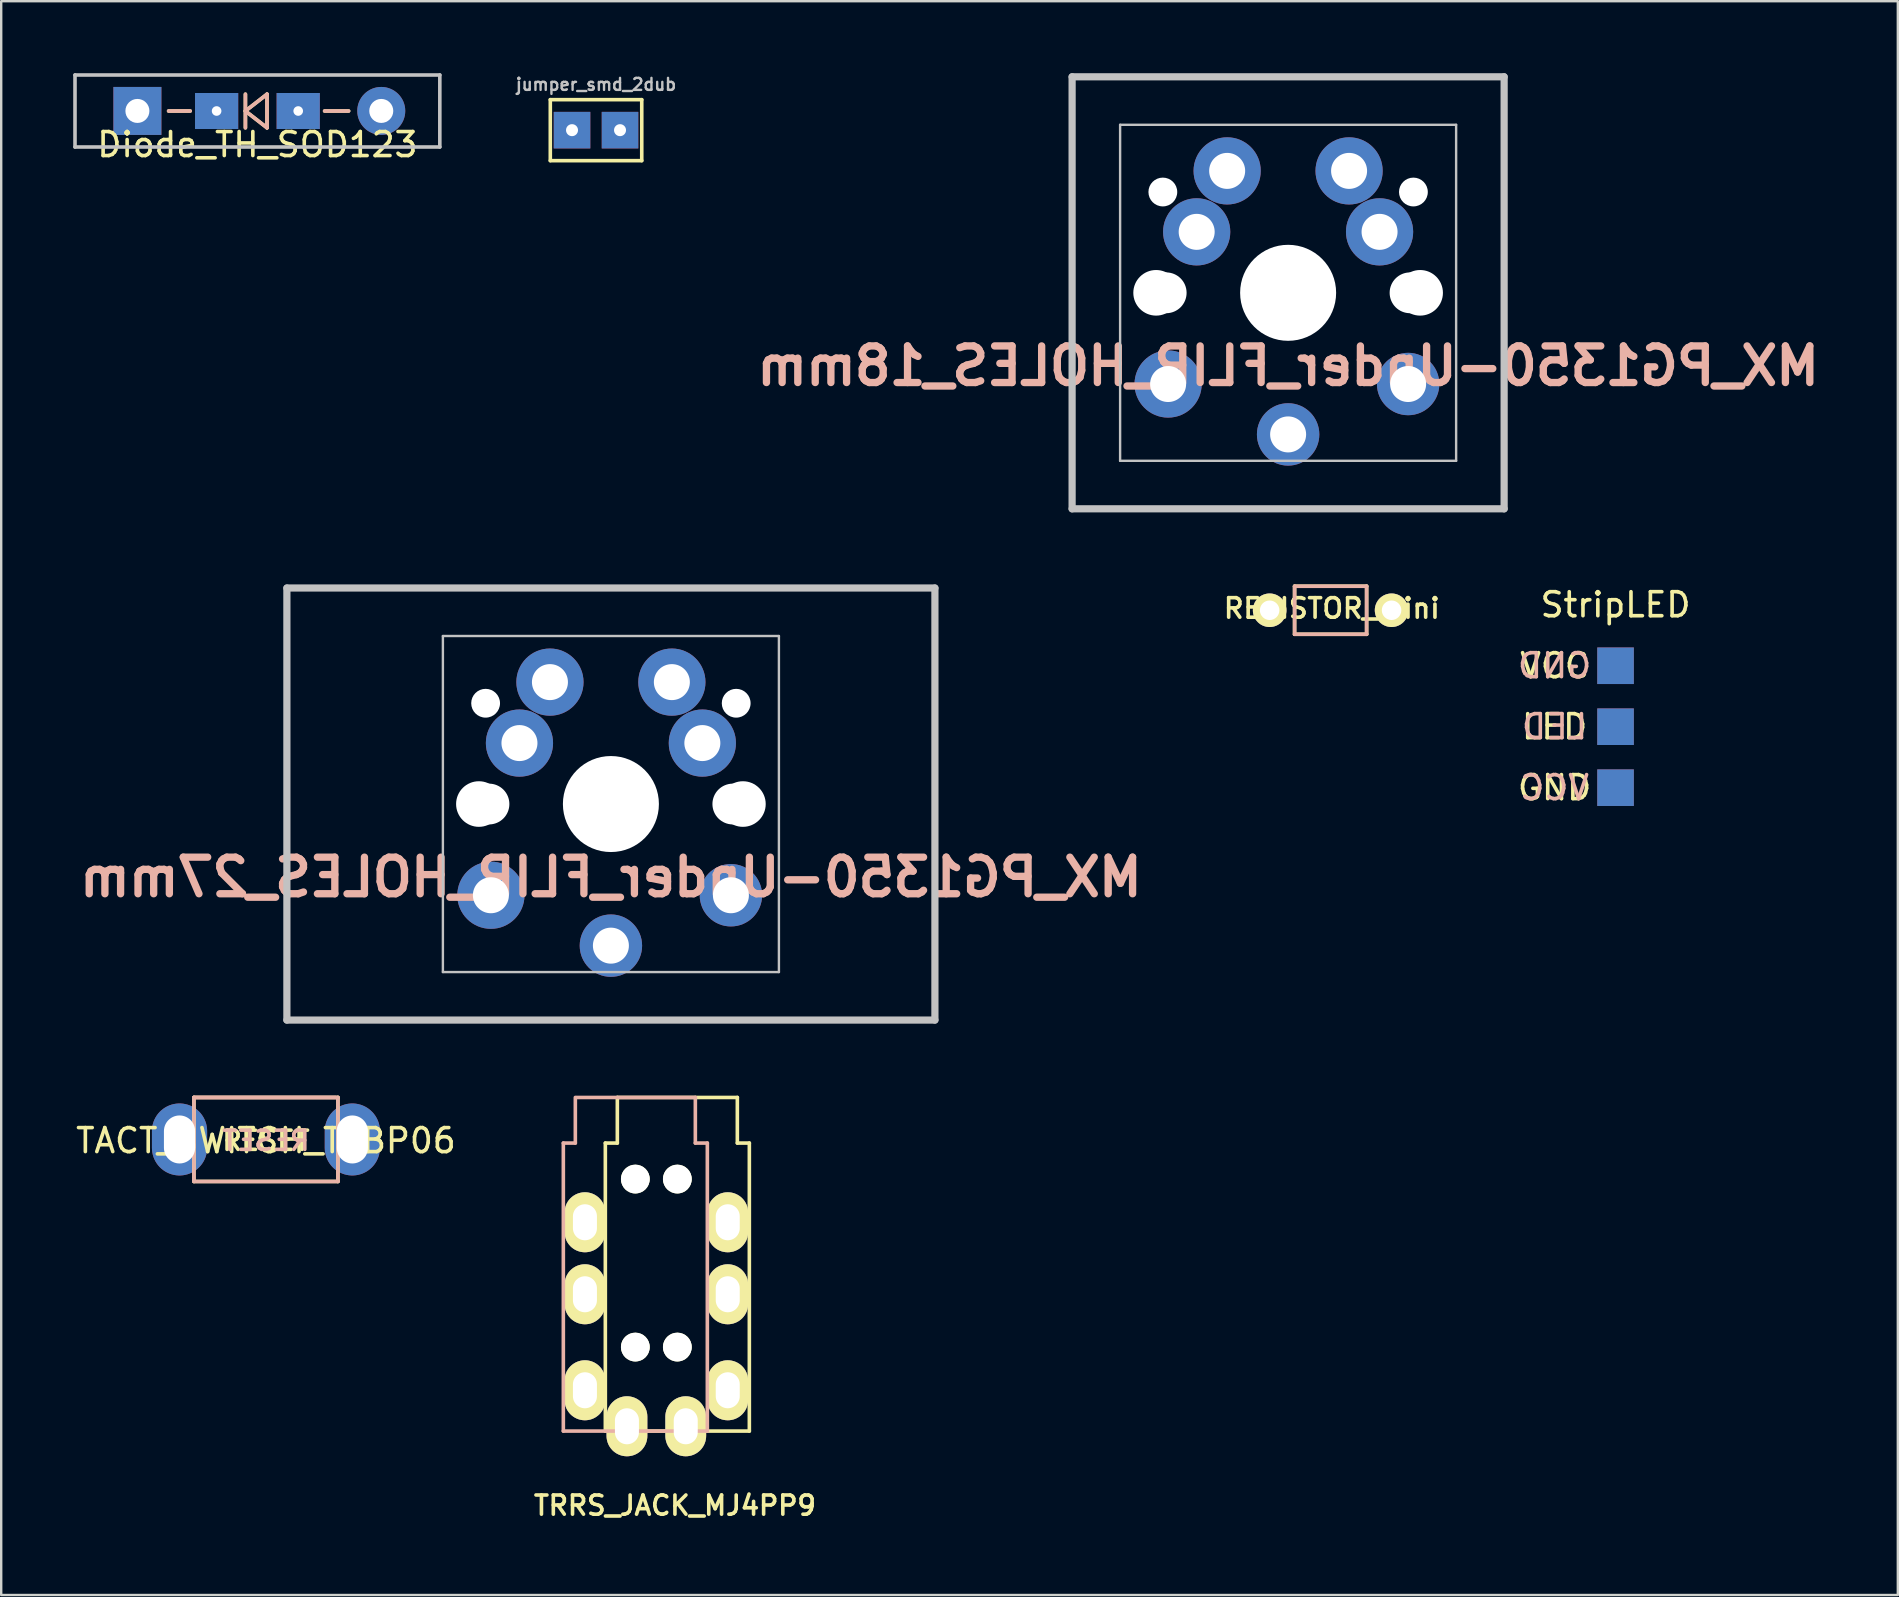
<source format=kicad_pcb>
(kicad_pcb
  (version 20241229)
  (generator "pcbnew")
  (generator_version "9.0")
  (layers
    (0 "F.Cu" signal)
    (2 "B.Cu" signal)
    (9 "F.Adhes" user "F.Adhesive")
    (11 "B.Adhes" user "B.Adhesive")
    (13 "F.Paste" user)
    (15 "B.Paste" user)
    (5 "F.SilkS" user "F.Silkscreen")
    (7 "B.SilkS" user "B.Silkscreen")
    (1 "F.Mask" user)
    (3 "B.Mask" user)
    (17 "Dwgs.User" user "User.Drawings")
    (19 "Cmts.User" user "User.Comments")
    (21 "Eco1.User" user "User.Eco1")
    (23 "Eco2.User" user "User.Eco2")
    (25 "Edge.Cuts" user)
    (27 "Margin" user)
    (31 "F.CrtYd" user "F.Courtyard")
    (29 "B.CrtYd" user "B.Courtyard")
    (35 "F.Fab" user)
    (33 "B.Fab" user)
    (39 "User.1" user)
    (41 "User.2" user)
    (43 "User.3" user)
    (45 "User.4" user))
  (footprint "MX_PG1350-Under_FLIP_HOLES_18mm"
    (layer "F.Cu")
    (at 50.619 9.15)
    (property "Reference" "MX_PG1350-Under_FLIP_HOLES_18mm" (at 0 3.048 0) (layer "B.SilkS") (effects (font (size 1.524 1.524) (thickness 0.305)) (justify mirror)))
    (attr through_hole)
    (fp_line (start -9 -9) (end 9 -9) (stroke (width 0.3) (type solid)) (layer "Dwgs.User"))
    (fp_line (start -9 9) (end -9 -9) (stroke (width 0.3) (type solid)) (layer "Dwgs.User"))
    (fp_line (start -7 -7) (end 7 -7) (stroke (width 0.1) (type solid)) (layer "Dwgs.User"))
    (fp_line (start -7 7) (end -7 -7) (stroke (width 0.1) (type solid)) (layer "Dwgs.User"))
    (fp_line (start 7 -7) (end 7 7) (stroke (width 0.1) (type solid)) (layer "Dwgs.User"))
    (fp_line (start 7 7) (end -7 7) (stroke (width 0.1) (type solid)) (layer "Dwgs.User"))
    (fp_line (start 9 -9) (end 9 9) (stroke (width 0.3) (type solid)) (layer "Dwgs.User"))
    (fp_line (start 9 9) (end -9 9) (stroke (width 0.3) (type solid)) (layer "Dwgs.User"))
    (pad "" np_thru_hole circle (at -5.5 0) (size 1.9 1.9) (drill 1.9) (layers "*.Cu" "*.Mask"))
    (pad "" np_thru_hole circle (at -5.22 -4.2) (size 1.2 1.2) (drill 1.2) (layers "*.Cu" "*.Mask"))
    (pad "" np_thru_hole circle (at -5.08 0) (size 1.7 1.7) (drill 1.7) (layers "*.Cu" "*.Mask"))
    (pad "" np_thru_hole circle (at 0 0) (size 4 4) (drill 4) (layers "*.Cu" "*.Mask"))
    (pad "" np_thru_hole circle (at 5.08 0) (size 1.7 1.7) (drill 1.7) (layers "*.Cu" "*.Mask"))
    (pad "" np_thru_hole circle (at 5.22 -4.2) (size 1.2 1.2) (drill 1.2) (layers "*.Cu" "*.Mask"))
    (pad "" np_thru_hole circle (at 5.5 0) (size 1.9 1.9) (drill 1.9) (layers "*.Cu" "*.Mask"))
    (pad "1" thru_hole circle (at -3.81 -2.54) (size 2.8 2.8) (drill 1.5) (layers "*.Cu" "*.Mask"))
    (pad "1" thru_hole circle (at -2.54 -5.08) (size 2.8 2.8) (drill 1.5) (layers "*.Cu" "*.Mask"))
    (pad "1" thru_hole circle (at 0 5.9) (size 2.6 2.6) (drill 1.5) (layers "*.Cu" "*.Mask"))
    (pad "2" thru_hole circle (at -5 3.8) (size 2.8 2.8) (drill 1.5) (layers "*.Cu" "*.Mask"))
    (pad "2" thru_hole circle (at 2.54 -5.08) (size 2.8 2.8) (drill 1.5) (layers "*.Cu" "*.Mask"))
    (pad "2" thru_hole circle (at 3.81 -2.54) (size 2.8 2.8) (drill 1.5) (layers "*.Cu" "*.Mask"))
    (pad "2" thru_hole circle (at 5 3.8) (size 2.6 2.6) (drill 1.5) (layers "*.Cu" "*.Mask")))
  (footprint "TRRS_JACK_MJ4PP9"
    (layer "F.Cu")
    (at 25.171 44.575)
    (property "Reference" "TRRS_JACK_MJ4PP9" (at -0.1 15.1 0) (layer "F.SilkS") (effects (font (size 0.8 0.8) (thickness 0.15))))
    (attr through_hole)
    (fp_line (start -3 0) (end -2.5 0) (stroke (width 0.15) (type solid)) (layer "F.SilkS"))
    (fp_line (start -3 12) (end -3 0) (stroke (width 0.15) (type solid)) (layer "F.SilkS"))
    (fp_line (start -2.5 -1.9) (end 2.5 -1.9) (stroke (width 0.15) (type solid)) (layer "F.SilkS"))
    (fp_line (start -2.5 0) (end -2.5 -1.9) (stroke (width 0.15) (type solid)) (layer "F.SilkS"))
    (fp_line (start 2.5 0) (end 2.5 -1.9) (stroke (width 0.15) (type solid)) (layer "F.SilkS"))
    (fp_line (start 3 0) (end 2.5 0) (stroke (width 0.15) (type solid)) (layer "F.SilkS"))
    (fp_line (start 3 0) (end 3 12) (stroke (width 0.15) (type solid)) (layer "F.SilkS"))
    (fp_line (start 3 12) (end -3 12) (stroke (width 0.15) (type solid)) (layer "F.SilkS"))
    (fp_line (start -4.75 0) (end -4.25 0) (stroke (width 0.15) (type solid)) (layer "B.SilkS"))
    (fp_line (start -4.75 12) (end -4.75 0) (stroke (width 0.15) (type solid)) (layer "B.SilkS"))
    (fp_line (start -4.25 0) (end -4.25 -1.9) (stroke (width 0.15) (type solid)) (layer "B.SilkS"))
    (fp_line (start -4.2 -1.9) (end 0.75 -1.9) (stroke (width 0.15) (type solid)) (layer "B.SilkS"))
    (fp_line (start 0.75 0) (end 0.75 -1.9) (stroke (width 0.15) (type solid)) (layer "B.SilkS"))
    (fp_line (start 1.25 0) (end 0.75 0) (stroke (width 0.15) (type solid)) (layer "B.SilkS"))
    (fp_line (start 1.25 0) (end 1.25 12) (stroke (width 0.15) (type solid)) (layer "B.SilkS"))
    (fp_line (start 1.25 12) (end -4.75 12) (stroke (width 0.15) (type solid)) (layer "B.SilkS"))
    (pad "" np_thru_hole circle (at -1.75 1.5) (size 1.2 1.2) (drill 1.2) (layers "*.Cu" "*.Mask" "F.SilkS"))
    (pad "" np_thru_hole circle (at -1.75 8.5) (size 1.2 1.2) (drill 1.2) (layers "*.Cu" "*.Mask" "F.SilkS"))
    (pad "" np_thru_hole circle (at 0 1.5) (size 1.2 1.2) (drill 1.2) (layers "*.Cu" "*.Mask" "F.SilkS"))
    (pad "" np_thru_hole circle (at 0 8.5) (size 1.2 1.2) (drill 1.2) (layers "*.Cu" "*.Mask" "F.SilkS"))
    (pad "1" thru_hole oval (at -3.85 10.3) (size 1.7 2.5) (drill oval 1 1.5) (layers "*.Cu" "*.Mask" "F.SilkS"))
    (pad "1" thru_hole oval (at 2.1 10.3) (size 1.7 2.5) (drill oval 1 1.5) (layers "*.Cu" "*.Mask" "F.SilkS"))
    (pad "2" thru_hole oval (at -3.85 3.3) (size 1.7 2.5) (drill oval 1 1.5) (layers "*.Cu" "*.Mask" "F.SilkS"))
    (pad "2" thru_hole oval (at 2.1 3.3) (size 1.7 2.5) (drill oval 1 1.5) (layers "*.Cu" "*.Mask" "F.SilkS"))
    (pad "3" thru_hole oval (at -3.85 6.3) (size 1.7 2.5) (drill oval 1 1.5) (layers "*.Cu" "*.Mask" "F.SilkS"))
    (pad "3" thru_hole oval (at 2.1 6.3) (size 1.7 2.5) (drill oval 1 1.5) (layers "*.Cu" "*.Mask" "F.SilkS"))
    (pad "4" thru_hole oval (at -2.1 11.8) (size 1.7 2.5) (drill oval 1 1.5) (layers "*.Cu" "*.Mask" "F.SilkS"))
    (pad "4" thru_hole oval (at 0.35 11.8) (size 1.7 2.5) (drill oval 1 1.5) (layers "*.Cu" "*.Mask" "F.SilkS")))
  (footprint "jumper_smd_2dub"
    (placed yes)
    (layer "F.Cu")
    (at 21.783 2.373)
    (property "Reference" "jumper_smd_2dub" (at 0 -1.905 0) (layer "Dwgs.User") (effects (font (size 0.5 0.5) (thickness 0.1))))
    (attr through_hole)
    (fp_line (start -1.905 -1.27) (end -1.905 1.27) (stroke (width 0.15) (type solid)) (layer "F.SilkS"))
    (fp_line (start -1.905 1.27) (end 1.905 1.27) (stroke (width 0.15) (type solid)) (layer "F.SilkS"))
    (fp_line (start 1.905 -1.27) (end -1.905 -1.27) (stroke (width 0.15) (type solid)) (layer "F.SilkS"))
    (fp_line (start 1.905 1.27) (end 1.905 -1.27) (stroke (width 0.15) (type solid)) (layer "F.SilkS"))
    (pad "1" thru_hole rect (at -1 0) (size 1.524 1.524) (drill 0.5) (layers "*.Cu" "*.Mask"))
    (pad "2" thru_hole rect (at 1 0) (size 1.524 1.524) (drill 0.5) (layers "*.Cu" "*.Mask")))
  (footprint "Diode_TH_SOD123"
    (placed yes)
    (layer "F.Cu")
    (at 7.675 1.575)
    (property "Reference" "Diode_TH_SOD123" (at 0 1.4 0) (layer "F.SilkS") (effects (font (size 1 1) (thickness 0.15))))
    (attr through_hole)
    (fp_line (start -3.7 0) (end -2.8 0) (stroke (width 0.15) (type solid)) (layer "F.SilkS"))
    (fp_line (start -0.5 -0.7) (end -0.5 0.7) (stroke (width 0.15) (type solid)) (layer "F.SilkS"))
    (fp_line (start -0.5 0) (end 0.4 -0.7) (stroke (width 0.15) (type solid)) (layer "F.SilkS"))
    (fp_line (start 0.4 -0.7) (end 0.4 0.7) (stroke (width 0.15) (type solid)) (layer "F.SilkS"))
    (fp_line (start 0.4 0.7) (end -0.5 0) (stroke (width 0.15) (type solid)) (layer "F.SilkS"))
    (fp_line (start 2.8 0) (end 3.8 0) (stroke (width 0.15) (type solid)) (layer "F.SilkS"))
    (fp_line (start -2.8 0) (end -3.7 0) (stroke (width 0.15) (type solid)) (layer "B.SilkS"))
    (fp_line (start -0.5 -0.7) (end -0.5 0.7) (stroke (width 0.15) (type solid)) (layer "B.SilkS"))
    (fp_line (start -0.5 0) (end 0.4 -0.7) (stroke (width 0.15) (type solid)) (layer "B.SilkS"))
    (fp_line (start 0.4 -0.7) (end 0.4 0.7) (stroke (width 0.15) (type solid)) (layer "B.SilkS"))
    (fp_line (start 0.4 0.7) (end -0.5 0) (stroke (width 0.15) (type solid)) (layer "B.SilkS"))
    (fp_line (start 2.8 0) (end 3.8 0) (stroke (width 0.15) (type solid)) (layer "B.SilkS"))
    (fp_line (start -7.6 -1.5) (end -7.6 1.5) (stroke (width 0.15) (type solid)) (layer "Dwgs.User"))
    (fp_line (start -7.6 -1.5) (end 7.6 -1.5) (stroke (width 0.15) (type solid)) (layer "Dwgs.User"))
    (fp_line (start -7.6 1.5) (end 7.6 1.5) (stroke (width 0.15) (type solid)) (layer "Dwgs.User"))
    (fp_line (start 7.6 -1.5) (end 7.6 1.5) (stroke (width 0.15) (type solid)) (layer "Dwgs.User"))
    (pad "1" thru_hole rect (at -5 -0.003 180) (size 1.999 1.999) (drill 1) (layers "*.Cu" "*.Mask"))
    (pad "1" thru_hole rect (at -1.7 0) (size 1.8 1.5) (drill 0.4) (layers "*.Cu" "*.Mask"))
    (pad "2" thru_hole rect (at 1.7 0) (size 1.8 1.5) (drill 0.4) (layers "*.Cu" "*.Mask"))
    (pad "2" thru_hole circle (at 5.16 -0.003 180) (size 1.999 1.999) (drill 1) (layers "*.Cu" "*.Mask")))
  (footprint "RESISTOR_mini"
    (layer "F.Cu")
    (at 52.389 22.376)
    (property "Reference" "RESISTOR_mini" (at 0.05 -0.08 0) (layer "F.SilkS") (effects (font (size 0.813 0.813) (thickness 0.15))))
    (attr through_hole)
    (fp_line (start -1.501 -1.001) (end -1.501 1.001) (stroke (width 0.15) (type solid)) (layer "F.SilkS"))
    (fp_line (start -1.501 1.001) (end 1.501 1.001) (stroke (width 0.15) (type solid)) (layer "F.SilkS"))
    (fp_line (start 1.501 -1.001) (end -1.501 -1.001) (stroke (width 0.15) (type solid)) (layer "F.SilkS"))
    (fp_line (start 1.501 1.001) (end 1.501 -1.001) (stroke (width 0.15) (type solid)) (layer "F.SilkS"))
    (fp_line (start -1.5 -1) (end 1.5 -1) (stroke (width 0.15) (type solid)) (layer "B.SilkS"))
    (fp_line (start -1.5 1) (end -1.5 -1) (stroke (width 0.15) (type solid)) (layer "B.SilkS"))
    (fp_line (start 1.5 -1) (end 1.5 1) (stroke (width 0.15) (type solid)) (layer "B.SilkS"))
    (fp_line (start 1.5 1) (end -1.5 1) (stroke (width 0.15) (type solid)) (layer "B.SilkS"))
    (pad "1" thru_hole circle (at -2.54 0) (size 1.397 1.397) (drill 0.813) (layers "*.Cu" "*.Mask" "F.SilkS"))
    (pad "2" thru_hole circle (at 2.54 0) (size 1.397 1.397) (drill 0.813) (layers "*.Cu" "*.Mask" "F.SilkS")))
  (footprint "MX_PG1350-Under_FLIP_HOLES_27mm"
    (layer "F.Cu")
    (at 22.403 30.45)
    (property "Reference" "MX_PG1350-Under_FLIP_HOLES_27mm" (at 0 3.048 0) (layer "B.SilkS") (effects (font (size 1.524 1.524) (thickness 0.305)) (justify mirror)))
    (attr through_hole)
    (fp_line (start -13.5 -9) (end 13.5 -9) (stroke (width 0.3) (type solid)) (layer "Dwgs.User"))
    (fp_line (start -13.5 9) (end -13.5 -9) (stroke (width 0.3) (type solid)) (layer "Dwgs.User"))
    (fp_line (start -7 -7) (end 7 -7) (stroke (width 0.1) (type solid)) (layer "Dwgs.User"))
    (fp_line (start -7 7) (end -7 -7) (stroke (width 0.1) (type solid)) (layer "Dwgs.User"))
    (fp_line (start 7 -7) (end 7 7) (stroke (width 0.1) (type solid)) (layer "Dwgs.User"))
    (fp_line (start 7 7) (end -7 7) (stroke (width 0.1) (type solid)) (layer "Dwgs.User"))
    (fp_line (start 13.5 -9) (end 13.5 9) (stroke (width 0.3) (type solid)) (layer "Dwgs.User"))
    (fp_line (start 13.5 9) (end -13.5 9) (stroke (width 0.3) (type solid)) (layer "Dwgs.User"))
    (pad "" np_thru_hole circle (at -5.5 0) (size 1.9 1.9) (drill 1.9) (layers "*.Cu" "*.Mask"))
    (pad "" np_thru_hole circle (at -5.22 -4.2) (size 1.2 1.2) (drill 1.2) (layers "*.Cu" "*.Mask"))
    (pad "" np_thru_hole circle (at -5.08 0) (size 1.7 1.7) (drill 1.7) (layers "*.Cu" "*.Mask"))
    (pad "" np_thru_hole circle (at 0 0) (size 4 4) (drill 4) (layers "*.Cu" "*.Mask"))
    (pad "" np_thru_hole circle (at 5.08 0) (size 1.7 1.7) (drill 1.7) (layers "*.Cu" "*.Mask"))
    (pad "" np_thru_hole circle (at 5.22 -4.2) (size 1.2 1.2) (drill 1.2) (layers "*.Cu" "*.Mask"))
    (pad "" np_thru_hole circle (at 5.5 0) (size 1.9 1.9) (drill 1.9) (layers "*.Cu" "*.Mask"))
    (pad "1" thru_hole circle (at -3.81 -2.54) (size 2.8 2.8) (drill 1.5) (layers "*.Cu" "*.Mask"))
    (pad "1" thru_hole circle (at -2.54 -5.08) (size 2.8 2.8) (drill 1.5) (layers "*.Cu" "*.Mask"))
    (pad "1" thru_hole circle (at 0 5.9) (size 2.6 2.6) (drill 1.5) (layers "*.Cu" "*.Mask"))
    (pad "2" thru_hole circle (at -5 3.8) (size 2.8 2.8) (drill 1.5) (layers "*.Cu" "*.Mask"))
    (pad "2" thru_hole circle (at 2.54 -5.08) (size 2.8 2.8) (drill 1.5) (layers "*.Cu" "*.Mask"))
    (pad "2" thru_hole circle (at 3.81 -2.54) (size 2.8 2.8) (drill 1.5) (layers "*.Cu" "*.Mask"))
    (pad "2" thru_hole circle (at 5 3.8) (size 2.6 2.6) (drill 1.5) (layers "*.Cu" "*.Mask")))
  (footprint "StripLED"
    (layer "F.Cu")
    (at 64.261 24.688)
    (property "Reference" "StripLED" (at 0 -2.54 0) (layer "F.SilkS") (effects (font (size 1 1) (thickness 0.15))))
    (attr through_hole)
    (fp_text user "LED" (at -2.54 2.54 0) (layer "F.SilkS") (effects (font (size 1 1) (thickness 0.15))))
    (fp_text user "VCC" (at -2.54 0 0) (layer "F.SilkS") (effects (font (size 1 1) (thickness 0.15))))
    (fp_text user "GND" (at -2.54 5.08 0) (layer "F.SilkS") (effects (font (size 1 1) (thickness 0.15))))
    (fp_text user "GND" (at -2.54 0 0) (layer "B.SilkS") (effects (font (size 1 1) (thickness 0.15)) (justify mirror)))
    (fp_text user "LED" (at -2.54 2.54 0) (layer "B.SilkS") (effects (font (size 1 1) (thickness 0.15)) (justify mirror)))
    (fp_text user "VCC" (at -2.54 5.08 0) (layer "B.SilkS") (effects (font (size 1 1) (thickness 0.15)) (justify mirror)))
    (pad "1" smd rect (at 0 0) (size 1.524 1.524) (layers "F.Cu" "F.Mask" "F.Paste"))
    (pad "1" smd rect (at 0 5.08) (size 1.524 1.524) (layers "B.Cu" "B.Mask" "B.Paste"))
    (pad "2" smd rect (at 0 2.54) (size 1.524 1.524) (layers "F.Cu" "F.Mask" "F.Paste"))
    (pad "2" smd rect (at 0 2.54) (size 1.524 1.524) (layers "B.Cu" "B.Mask" "B.Paste"))
    (pad "3" smd rect (at 0 0) (size 1.524 1.524) (layers "B.Cu" "B.Mask" "B.Paste"))
    (pad "3" smd rect (at 0 5.08) (size 1.524 1.524) (layers "F.Cu" "F.Mask" "F.Paste")))
  (footprint "TACT_SWITCH_TVBP06"
    (layer "F.Cu")
    (at 8.03 46.175)
    (property "Reference" "TACT_SWITCH_TVBP06" (at 0 -1.7 0) (layer "F.SilkS") (effects (font (size 1 1) (thickness 0.15))))
    (attr through_hole)
    (fp_line (start -3 -3.5) (end -3 0) (stroke (width 0.15) (type solid)) (layer "F.SilkS"))
    (fp_line (start -3 0) (end 3 0) (stroke (width 0.15) (type solid)) (layer "F.SilkS"))
    (fp_line (start 3 -3.5) (end -3 -3.5) (stroke (width 0.15) (type solid)) (layer "F.SilkS"))
    (fp_line (start 3 0) (end 3 -3.5) (stroke (width 0.15) (type solid)) (layer "F.SilkS"))
    (fp_line (start -3 -3.5) (end 2.9 -3.5) (stroke (width 0.15) (type solid)) (layer "B.SilkS"))
    (fp_line (start -3 -3.5) (end 3 -3.5) (stroke (width 0.15) (type solid)) (layer "B.SilkS"))
    (fp_line (start -3 0) (end -3 -3.5) (stroke (width 0.15) (type solid)) (layer "B.SilkS"))
    (fp_line (start 3 -3.5) (end 3 0) (stroke (width 0.15) (type solid)) (layer "B.SilkS"))
    (fp_line (start 3 0) (end -3 0) (stroke (width 0.15) (type solid)) (layer "B.SilkS"))
    (fp_text user "RESET" (at 0 -1.7 180) (layer "F.SilkS") (effects (font (size 0.8 0.8) (thickness 0.15))))
    (fp_text user "RESET" (at 0 -1.7 0) (layer "B.SilkS") (effects (font (size 0.8 0.8) (thickness 0.15)) (justify mirror)))
    (pad "1" thru_hole oval (at -3.6 -1.75) (size 2.3 3) (drill oval 1.3 2) (layers "*.Cu" "*.Mask"))
    (pad "2" thru_hole oval (at 3.6 -1.75) (size 2.3 3) (drill oval 1.3 2) (layers "*.Cu" "*.Mask")))
  (gr_rect
    (start -3 -3)
    (end 76.022 63.406)
    (stroke (width 0.1) (type default))
    (fill no)
    (layer "Edge.Cuts")))
</source>
